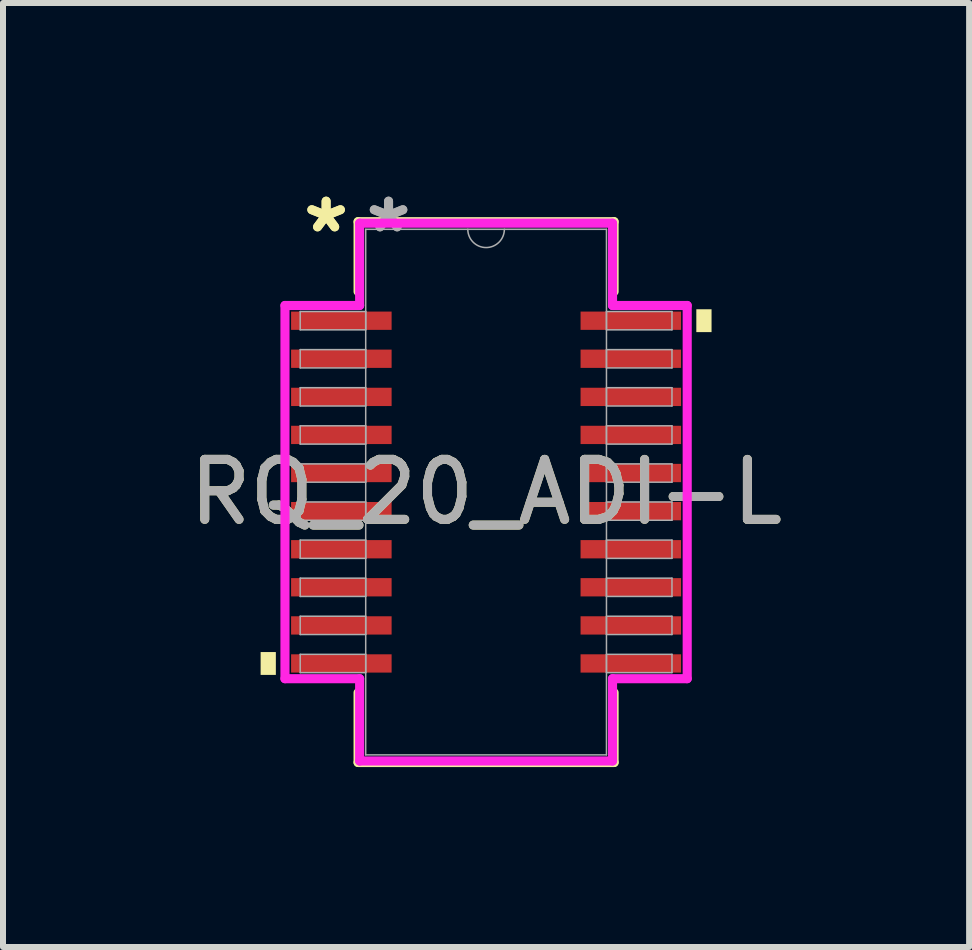
<source format=kicad_pcb>
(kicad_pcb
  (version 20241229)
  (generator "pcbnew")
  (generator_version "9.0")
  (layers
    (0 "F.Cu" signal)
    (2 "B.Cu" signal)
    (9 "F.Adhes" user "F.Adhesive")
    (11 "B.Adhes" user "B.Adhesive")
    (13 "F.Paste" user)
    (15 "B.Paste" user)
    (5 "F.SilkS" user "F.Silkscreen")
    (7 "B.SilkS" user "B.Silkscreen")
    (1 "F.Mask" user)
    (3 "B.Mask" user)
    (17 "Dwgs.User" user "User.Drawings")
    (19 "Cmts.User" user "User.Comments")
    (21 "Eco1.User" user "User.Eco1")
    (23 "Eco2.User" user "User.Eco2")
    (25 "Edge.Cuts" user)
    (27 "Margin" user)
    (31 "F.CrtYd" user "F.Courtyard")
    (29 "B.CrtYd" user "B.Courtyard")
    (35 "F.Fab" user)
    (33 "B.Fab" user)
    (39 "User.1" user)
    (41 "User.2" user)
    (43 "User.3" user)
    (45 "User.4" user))
  (footprint "RQ_20_ADI-L"
    (layer "F.Cu")
    (at 5.054 5.154)
    (property "Reference" "RQ_20_ADI-L" (at 0 0 0) (unlocked yes) (layer "F.SilkS") (effects (font (size 1 1) (thickness 0.15))))
    (attr smd)
    (fp_line (start -2.134 -4.508) (end -2.134 -3.343) (stroke (width 0.152) (type solid)) (layer "F.SilkS"))
    (fp_line (start -2.134 3.343) (end -2.134 4.508) (stroke (width 0.152) (type solid)) (layer "F.SilkS"))
    (fp_line (start -2.134 4.508) (end 2.134 4.508) (stroke (width 0.152) (type solid)) (layer "F.SilkS"))
    (fp_line (start 2.134 -4.508) (end -2.134 -4.508) (stroke (width 0.152) (type solid)) (layer "F.SilkS"))
    (fp_line (start 2.134 -3.343) (end 2.134 -4.508) (stroke (width 0.152) (type solid)) (layer "F.SilkS"))
    (fp_line (start 2.134 4.508) (end 2.134 3.343) (stroke (width 0.152) (type solid)) (layer "F.SilkS"))
    (fp_poly (pts (xy -3.759 2.667) (xy -3.759 3.048) (xy -3.505 3.048) (xy -3.505 2.667)) (stroke (width 0) (type solid)) (fill yes) (layer "F.SilkS"))
    (fp_poly (pts (xy 3.759 -3.048) (xy 3.759 -2.667) (xy 3.505 -2.667) (xy 3.505 -3.048)) (stroke (width 0) (type solid)) (fill yes) (layer "F.SilkS"))
    (fp_line (start -3.353 -3.111) (end -2.108 -3.111) (stroke (width 0.152) (type solid)) (layer "F.CrtYd"))
    (fp_line (start -3.353 3.111) (end -3.353 -3.111) (stroke (width 0.152) (type solid)) (layer "F.CrtYd"))
    (fp_line (start -3.353 3.111) (end -2.108 3.111) (stroke (width 0.152) (type solid)) (layer "F.CrtYd"))
    (fp_line (start -2.108 -4.483) (end 2.108 -4.483) (stroke (width 0.152) (type solid)) (layer "F.CrtYd"))
    (fp_line (start -2.108 -3.111) (end -2.108 -4.483) (stroke (width 0.152) (type solid)) (layer "F.CrtYd"))
    (fp_line (start -2.108 4.483) (end -2.108 3.111) (stroke (width 0.152) (type solid)) (layer "F.CrtYd"))
    (fp_line (start 2.108 -4.483) (end 2.108 -3.111) (stroke (width 0.152) (type solid)) (layer "F.CrtYd"))
    (fp_line (start 2.108 3.111) (end 2.108 4.483) (stroke (width 0.152) (type solid)) (layer "F.CrtYd"))
    (fp_line (start 2.108 4.483) (end -2.108 4.483) (stroke (width 0.152) (type solid)) (layer "F.CrtYd"))
    (fp_line (start 3.353 -3.111) (end 2.108 -3.111) (stroke (width 0.152) (type solid)) (layer "F.CrtYd"))
    (fp_line (start 3.353 -3.111) (end 3.353 3.111) (stroke (width 0.152) (type solid)) (layer "F.CrtYd"))
    (fp_line (start 3.353 3.111) (end 2.108 3.111) (stroke (width 0.152) (type solid)) (layer "F.CrtYd"))
    (fp_line (start -3.099 -3.01) (end -3.099 -2.705) (stroke (width 0.025) (type solid)) (layer "F.Fab"))
    (fp_line (start -3.099 -2.705) (end -2.007 -2.705) (stroke (width 0.025) (type solid)) (layer "F.Fab"))
    (fp_line (start -3.099 -2.375) (end -3.099 -2.07) (stroke (width 0.025) (type solid)) (layer "F.Fab"))
    (fp_line (start -3.099 -2.07) (end -2.007 -2.07) (stroke (width 0.025) (type solid)) (layer "F.Fab"))
    (fp_line (start -3.099 -1.74) (end -3.099 -1.435) (stroke (width 0.025) (type solid)) (layer "F.Fab"))
    (fp_line (start -3.099 -1.435) (end -2.007 -1.435) (stroke (width 0.025) (type solid)) (layer "F.Fab"))
    (fp_line (start -3.099 -1.105) (end -3.099 -0.8) (stroke (width 0.025) (type solid)) (layer "F.Fab"))
    (fp_line (start -3.099 -0.8) (end -2.007 -0.8) (stroke (width 0.025) (type solid)) (layer "F.Fab"))
    (fp_line (start -3.099 -0.47) (end -3.099 -0.165) (stroke (width 0.025) (type solid)) (layer "F.Fab"))
    (fp_line (start -3.099 -0.165) (end -2.007 -0.165) (stroke (width 0.025) (type solid)) (layer "F.Fab"))
    (fp_line (start -3.099 0.165) (end -3.099 0.47) (stroke (width 0.025) (type solid)) (layer "F.Fab"))
    (fp_line (start -3.099 0.47) (end -2.007 0.47) (stroke (width 0.025) (type solid)) (layer "F.Fab"))
    (fp_line (start -3.099 0.8) (end -3.099 1.105) (stroke (width 0.025) (type solid)) (layer "F.Fab"))
    (fp_line (start -3.099 1.105) (end -2.007 1.105) (stroke (width 0.025) (type solid)) (layer "F.Fab"))
    (fp_line (start -3.099 1.435) (end -3.099 1.74) (stroke (width 0.025) (type solid)) (layer "F.Fab"))
    (fp_line (start -3.099 1.74) (end -2.007 1.74) (stroke (width 0.025) (type solid)) (layer "F.Fab"))
    (fp_line (start -3.099 2.07) (end -3.099 2.375) (stroke (width 0.025) (type solid)) (layer "F.Fab"))
    (fp_line (start -3.099 2.375) (end -2.007 2.375) (stroke (width 0.025) (type solid)) (layer "F.Fab"))
    (fp_line (start -3.099 2.705) (end -3.099 3.01) (stroke (width 0.025) (type solid)) (layer "F.Fab"))
    (fp_line (start -3.099 3.01) (end -2.007 3.01) (stroke (width 0.025) (type solid)) (layer "F.Fab"))
    (fp_line (start -2.007 -4.381) (end -2.007 4.381) (stroke (width 0.025) (type solid)) (layer "F.Fab"))
    (fp_line (start -2.007 -3.01) (end -3.099 -3.01) (stroke (width 0.025) (type solid)) (layer "F.Fab"))
    (fp_line (start -2.007 -2.705) (end -2.007 -3.01) (stroke (width 0.025) (type solid)) (layer "F.Fab"))
    (fp_line (start -2.007 -2.375) (end -3.099 -2.375) (stroke (width 0.025) (type solid)) (layer "F.Fab"))
    (fp_line (start -2.007 -2.07) (end -2.007 -2.375) (stroke (width 0.025) (type solid)) (layer "F.Fab"))
    (fp_line (start -2.007 -1.74) (end -3.099 -1.74) (stroke (width 0.025) (type solid)) (layer "F.Fab"))
    (fp_line (start -2.007 -1.435) (end -2.007 -1.74) (stroke (width 0.025) (type solid)) (layer "F.Fab"))
    (fp_line (start -2.007 -1.105) (end -3.099 -1.105) (stroke (width 0.025) (type solid)) (layer "F.Fab"))
    (fp_line (start -2.007 -0.8) (end -2.007 -1.105) (stroke (width 0.025) (type solid)) (layer "F.Fab"))
    (fp_line (start -2.007 -0.47) (end -3.099 -0.47) (stroke (width 0.025) (type solid)) (layer "F.Fab"))
    (fp_line (start -2.007 -0.165) (end -2.007 -0.47) (stroke (width 0.025) (type solid)) (layer "F.Fab"))
    (fp_line (start -2.007 0.165) (end -3.099 0.165) (stroke (width 0.025) (type solid)) (layer "F.Fab"))
    (fp_line (start -2.007 0.47) (end -2.007 0.165) (stroke (width 0.025) (type solid)) (layer "F.Fab"))
    (fp_line (start -2.007 0.8) (end -3.099 0.8) (stroke (width 0.025) (type solid)) (layer "F.Fab"))
    (fp_line (start -2.007 1.105) (end -2.007 0.8) (stroke (width 0.025) (type solid)) (layer "F.Fab"))
    (fp_line (start -2.007 1.435) (end -3.099 1.435) (stroke (width 0.025) (type solid)) (layer "F.Fab"))
    (fp_line (start -2.007 1.74) (end -2.007 1.435) (stroke (width 0.025) (type solid)) (layer "F.Fab"))
    (fp_line (start -2.007 2.07) (end -3.099 2.07) (stroke (width 0.025) (type solid)) (layer "F.Fab"))
    (fp_line (start -2.007 2.375) (end -2.007 2.07) (stroke (width 0.025) (type solid)) (layer "F.Fab"))
    (fp_line (start -2.007 2.705) (end -3.099 2.705) (stroke (width 0.025) (type solid)) (layer "F.Fab"))
    (fp_line (start -2.007 3.01) (end -2.007 2.705) (stroke (width 0.025) (type solid)) (layer "F.Fab"))
    (fp_line (start -2.007 4.381) (end 2.007 4.381) (stroke (width 0.025) (type solid)) (layer "F.Fab"))
    (fp_line (start 2.007 -4.381) (end -2.007 -4.381) (stroke (width 0.025) (type solid)) (layer "F.Fab"))
    (fp_line (start 2.007 -3.01) (end 2.007 -2.705) (stroke (width 0.025) (type solid)) (layer "F.Fab"))
    (fp_line (start 2.007 -2.705) (end 3.099 -2.705) (stroke (width 0.025) (type solid)) (layer "F.Fab"))
    (fp_line (start 2.007 -2.375) (end 2.007 -2.07) (stroke (width 0.025) (type solid)) (layer "F.Fab"))
    (fp_line (start 2.007 -2.07) (end 3.099 -2.07) (stroke (width 0.025) (type solid)) (layer "F.Fab"))
    (fp_line (start 2.007 -1.74) (end 2.007 -1.435) (stroke (width 0.025) (type solid)) (layer "F.Fab"))
    (fp_line (start 2.007 -1.435) (end 3.099 -1.435) (stroke (width 0.025) (type solid)) (layer "F.Fab"))
    (fp_line (start 2.007 -1.105) (end 2.007 -0.8) (stroke (width 0.025) (type solid)) (layer "F.Fab"))
    (fp_line (start 2.007 -0.8) (end 3.099 -0.8) (stroke (width 0.025) (type solid)) (layer "F.Fab"))
    (fp_line (start 2.007 -0.47) (end 2.007 -0.165) (stroke (width 0.025) (type solid)) (layer "F.Fab"))
    (fp_line (start 2.007 -0.165) (end 3.099 -0.165) (stroke (width 0.025) (type solid)) (layer "F.Fab"))
    (fp_line (start 2.007 0.165) (end 2.007 0.47) (stroke (width 0.025) (type solid)) (layer "F.Fab"))
    (fp_line (start 2.007 0.47) (end 3.099 0.47) (stroke (width 0.025) (type solid)) (layer "F.Fab"))
    (fp_line (start 2.007 0.8) (end 2.007 1.105) (stroke (width 0.025) (type solid)) (layer "F.Fab"))
    (fp_line (start 2.007 1.105) (end 3.099 1.105) (stroke (width 0.025) (type solid)) (layer "F.Fab"))
    (fp_line (start 2.007 1.435) (end 2.007 1.74) (stroke (width 0.025) (type solid)) (layer "F.Fab"))
    (fp_line (start 2.007 1.74) (end 3.099 1.74) (stroke (width 0.025) (type solid)) (layer "F.Fab"))
    (fp_line (start 2.007 2.07) (end 2.007 2.375) (stroke (width 0.025) (type solid)) (layer "F.Fab"))
    (fp_line (start 2.007 2.375) (end 3.099 2.375) (stroke (width 0.025) (type solid)) (layer "F.Fab"))
    (fp_line (start 2.007 2.705) (end 2.007 3.01) (stroke (width 0.025) (type solid)) (layer "F.Fab"))
    (fp_line (start 2.007 3.01) (end 3.099 3.01) (stroke (width 0.025) (type solid)) (layer "F.Fab"))
    (fp_line (start 2.007 4.381) (end 2.007 -4.381) (stroke (width 0.025) (type solid)) (layer "F.Fab"))
    (fp_line (start 3.099 -3.01) (end 2.007 -3.01) (stroke (width 0.025) (type solid)) (layer "F.Fab"))
    (fp_line (start 3.099 -2.705) (end 3.099 -3.01) (stroke (width 0.025) (type solid)) (layer "F.Fab"))
    (fp_line (start 3.099 -2.375) (end 2.007 -2.375) (stroke (width 0.025) (type solid)) (layer "F.Fab"))
    (fp_line (start 3.099 -2.07) (end 3.099 -2.375) (stroke (width 0.025) (type solid)) (layer "F.Fab"))
    (fp_line (start 3.099 -1.74) (end 2.007 -1.74) (stroke (width 0.025) (type solid)) (layer "F.Fab"))
    (fp_line (start 3.099 -1.435) (end 3.099 -1.74) (stroke (width 0.025) (type solid)) (layer "F.Fab"))
    (fp_line (start 3.099 -1.105) (end 2.007 -1.105) (stroke (width 0.025) (type solid)) (layer "F.Fab"))
    (fp_line (start 3.099 -0.8) (end 3.099 -1.105) (stroke (width 0.025) (type solid)) (layer "F.Fab"))
    (fp_line (start 3.099 -0.47) (end 2.007 -0.47) (stroke (width 0.025) (type solid)) (layer "F.Fab"))
    (fp_line (start 3.099 -0.165) (end 3.099 -0.47) (stroke (width 0.025) (type solid)) (layer "F.Fab"))
    (fp_line (start 3.099 0.165) (end 2.007 0.165) (stroke (width 0.025) (type solid)) (layer "F.Fab"))
    (fp_line (start 3.099 0.47) (end 3.099 0.165) (stroke (width 0.025) (type solid)) (layer "F.Fab"))
    (fp_line (start 3.099 0.8) (end 2.007 0.8) (stroke (width 0.025) (type solid)) (layer "F.Fab"))
    (fp_line (start 3.099 1.105) (end 3.099 0.8) (stroke (width 0.025) (type solid)) (layer "F.Fab"))
    (fp_line (start 3.099 1.435) (end 2.007 1.435) (stroke (width 0.025) (type solid)) (layer "F.Fab"))
    (fp_line (start 3.099 1.74) (end 3.099 1.435) (stroke (width 0.025) (type solid)) (layer "F.Fab"))
    (fp_line (start 3.099 2.07) (end 2.007 2.07) (stroke (width 0.025) (type solid)) (layer "F.Fab"))
    (fp_line (start 3.099 2.375) (end 3.099 2.07) (stroke (width 0.025) (type solid)) (layer "F.Fab"))
    (fp_line (start 3.099 2.705) (end 2.007 2.705) (stroke (width 0.025) (type solid)) (layer "F.Fab"))
    (fp_line (start 3.099 3.01) (end 3.099 2.705) (stroke (width 0.025) (type solid)) (layer "F.Fab"))
    (fp_arc (start 0.3048 -4.3815) (mid 0 -4.0767) (end -0.3048 -4.3815) (stroke (width 0.0254) (type solid)) (layer "F.Fab"))
    (fp_text user "*" (at -2.667 -4.305 0) (unlocked yes) (layer "F.SilkS") (effects (font (size 1 1) (thickness 0.15))))
    (fp_text user "*" (at -2.667 -4.305 0) (layer "F.SilkS") (effects (font (size 1 1) (thickness 0.15))))
    (fp_text user "*" (at -1.626 -4.305 0) (layer "F.Fab") (effects (font (size 1 1) (thickness 0.15))))
    (fp_text user "*" (at -1.626 -4.305 0) (unlocked yes) (layer "F.Fab") (effects (font (size 1 1) (thickness 0.15))))
    (fp_text user "${REFERENCE}" (at 0 0 0) (unlocked yes) (layer "F.Fab") (effects (font (size 1 1) (thickness 0.15))))
    (pad "1" smd rect (at -2.413 -2.857) (size 1.676 0.305) (layers "F.Cu" "F.Mask" "F.Paste"))
    (pad "2" smd rect (at -2.413 -2.223) (size 1.676 0.305) (layers "F.Cu" "F.Mask" "F.Paste"))
    (pad "3" smd rect (at -2.413 -1.587) (size 1.676 0.305) (layers "F.Cu" "F.Mask" "F.Paste"))
    (pad "4" smd rect (at -2.413 -0.953) (size 1.676 0.305) (layers "F.Cu" "F.Mask" "F.Paste"))
    (pad "5" smd rect (at -2.413 -0.318) (size 1.676 0.305) (layers "F.Cu" "F.Mask" "F.Paste"))
    (pad "6" smd rect (at -2.413 0.318) (size 1.676 0.305) (layers "F.Cu" "F.Mask" "F.Paste"))
    (pad "7" smd rect (at -2.413 0.953) (size 1.676 0.305) (layers "F.Cu" "F.Mask" "F.Paste"))
    (pad "8" smd rect (at -2.413 1.587) (size 1.676 0.305) (layers "F.Cu" "F.Mask" "F.Paste"))
    (pad "9" smd rect (at -2.413 2.223) (size 1.676 0.305) (layers "F.Cu" "F.Mask" "F.Paste"))
    (pad "10" smd rect (at -2.413 2.857) (size 1.676 0.305) (layers "F.Cu" "F.Mask" "F.Paste"))
    (pad "11" smd rect (at 2.413 2.857) (size 1.676 0.305) (layers "F.Cu" "F.Mask" "F.Paste"))
    (pad "12" smd rect (at 2.413 2.223) (size 1.676 0.305) (layers "F.Cu" "F.Mask" "F.Paste"))
    (pad "13" smd rect (at 2.413 1.587) (size 1.676 0.305) (layers "F.Cu" "F.Mask" "F.Paste"))
    (pad "14" smd rect (at 2.413 0.953) (size 1.676 0.305) (layers "F.Cu" "F.Mask" "F.Paste"))
    (pad "15" smd rect (at 2.413 0.318) (size 1.676 0.305) (layers "F.Cu" "F.Mask" "F.Paste"))
    (pad "16" smd rect (at 2.413 -0.318) (size 1.676 0.305) (layers "F.Cu" "F.Mask" "F.Paste"))
    (pad "17" smd rect (at 2.413 -0.953) (size 1.676 0.305) (layers "F.Cu" "F.Mask" "F.Paste"))
    (pad "18" smd rect (at 2.413 -1.587) (size 1.676 0.305) (layers "F.Cu" "F.Mask" "F.Paste"))
    (pad "19" smd rect (at 2.413 -2.223) (size 1.676 0.305) (layers "F.Cu" "F.Mask" "F.Paste"))
    (pad "20" smd rect (at 2.413 -2.857) (size 1.676 0.305) (layers "F.Cu" "F.Mask" "F.Paste")))
  (gr_rect
    (start -3 -3)
    (end 13.107 12.738)
    (stroke (width 0.1) (type default))
    (fill no)
    (layer "Edge.Cuts")))
</source>
